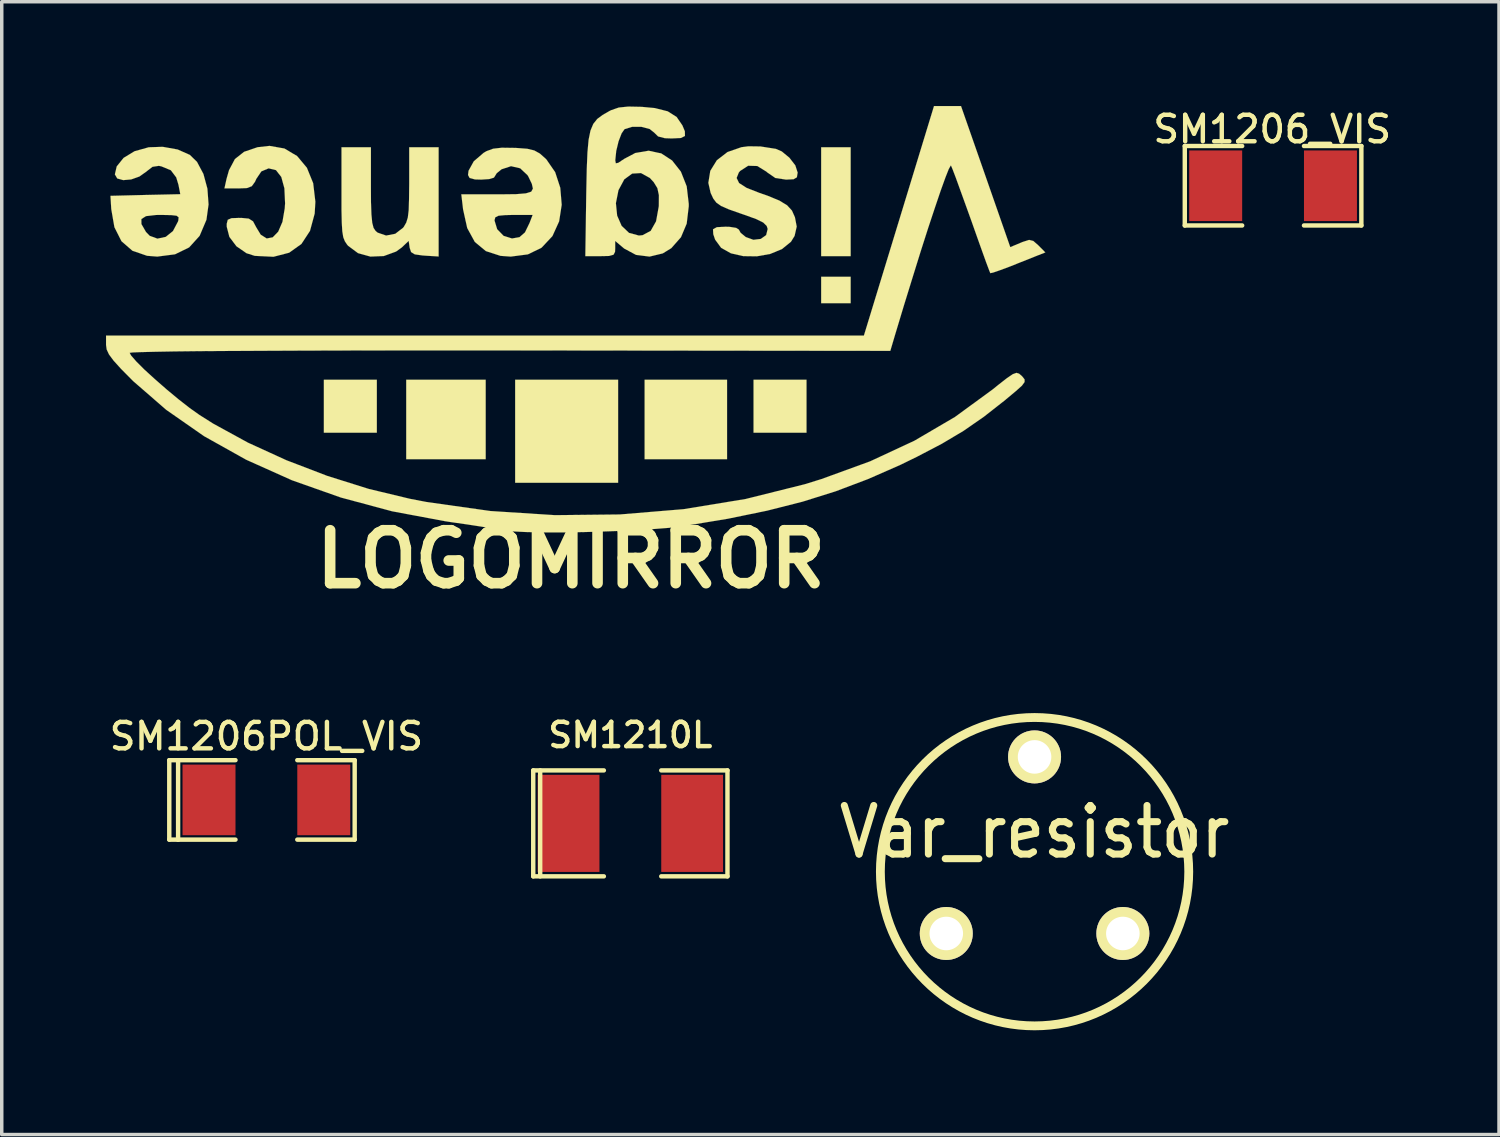
<source format=kicad_pcb>
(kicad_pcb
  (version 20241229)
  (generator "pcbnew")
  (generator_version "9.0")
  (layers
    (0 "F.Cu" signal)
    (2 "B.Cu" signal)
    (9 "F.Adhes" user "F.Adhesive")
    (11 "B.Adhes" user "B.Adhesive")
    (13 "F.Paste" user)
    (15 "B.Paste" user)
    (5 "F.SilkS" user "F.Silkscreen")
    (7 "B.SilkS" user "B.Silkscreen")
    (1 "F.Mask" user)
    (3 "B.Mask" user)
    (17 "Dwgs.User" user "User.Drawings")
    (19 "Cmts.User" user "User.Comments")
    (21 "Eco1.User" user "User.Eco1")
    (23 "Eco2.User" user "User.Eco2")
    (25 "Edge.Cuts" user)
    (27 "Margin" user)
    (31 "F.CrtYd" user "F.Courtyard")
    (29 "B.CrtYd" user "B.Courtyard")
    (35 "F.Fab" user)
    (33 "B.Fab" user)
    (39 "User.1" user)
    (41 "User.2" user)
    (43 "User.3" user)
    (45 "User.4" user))
  (footprint "LOGOMIRROR"
    (layer "F.Cu")
    (at 13.379 5.843)
    (property "Reference" "LOGOMIRROR" (at 0 7.196 0) (layer "F.SilkS") (effects (font (size 1.524 1.524) (thickness 0.305))))
    (attr through_hole)
    (fp_poly (pts (xy -5.588 2.032) (xy -6.35 2.032) (xy -7.112 2.032) (xy -7.112 2.794) (xy -7.112 3.556) (xy -6.35 3.556) (xy -5.588 3.556) (xy -5.588 2.794) (xy -5.588 2.032)) (stroke (width 0.003) (type solid)) (fill yes) (layer "F.SilkS"))
    (fp_poly (pts (xy -2.456 2.032) (xy -3.599 2.032) (xy -4.742 2.032) (xy -4.742 3.175) (xy -4.742 4.318) (xy -3.599 4.318) (xy -2.456 4.318) (xy -2.456 3.175) (xy -2.456 2.032)) (stroke (width 0.003) (type solid)) (fill yes) (layer "F.SilkS"))
    (fp_poly (pts (xy 1.354 2.032) (xy -0.127 2.032) (xy -1.608 2.032) (xy -1.608 3.513) (xy -1.608 4.996) (xy -0.127 4.996) (xy 1.354 4.996) (xy 1.354 3.513) (xy 1.354 2.032)) (stroke (width 0.003) (type solid)) (fill yes) (layer "F.SilkS"))
    (fp_poly (pts (xy 4.488 2.032) (xy 3.302 2.032) (xy 2.116 2.032) (xy 2.116 3.175) (xy 2.116 4.318) (xy 3.302 4.318) (xy 4.488 4.318) (xy 4.488 3.175) (xy 4.488 2.032)) (stroke (width 0.003) (type solid)) (fill yes) (layer "F.SilkS"))
    (fp_poly (pts (xy 6.774 2.032) (xy 6.012 2.032) (xy 5.25 2.032) (xy 5.25 2.794) (xy 5.25 3.556) (xy 6.012 3.556) (xy 6.774 3.556) (xy 6.774 2.794) (xy 6.774 2.032)) (stroke (width 0.003) (type solid)) (fill yes) (layer "F.SilkS"))
    (fp_poly (pts (xy 8.044 -4.656) (xy 7.62 -4.656) (xy 7.196 -4.656) (xy 7.196 -3.091) (xy 7.196 -1.524) (xy 7.62 -1.524) (xy 8.044 -1.524) (xy 8.044 -3.091) (xy 8.044 -4.656)) (stroke (width 0.003) (type solid)) (fill yes) (layer "F.SilkS"))
    (fp_poly (pts (xy 8.044 -0.932) (xy 7.62 -0.932) (xy 7.196 -0.932) (xy 7.196 -0.551) (xy 7.196 -0.17) (xy 7.62 -0.17) (xy 8.044 -0.17) (xy 8.044 -0.551) (xy 8.044 -0.932)) (stroke (width 0.003) (type solid)) (fill yes) (layer "F.SilkS"))
    (fp_poly (pts (xy -3.81 -4.656) (xy -4.234 -4.656) (xy -4.656 -4.656) (xy -4.656 -3.609) (xy -4.661 -3.16) (xy -4.671 -2.847) (xy -4.696 -2.634) (xy -4.742 -2.487) (xy -4.808 -2.372) (xy -4.834 -2.339) (xy -5.057 -2.167) (xy -5.321 -2.116) (xy -5.565 -2.2) (xy -5.624 -2.25) (xy -5.682 -2.337) (xy -5.72 -2.484) (xy -5.743 -2.72) (xy -5.756 -3.076) (xy -5.758 -3.52) (xy -5.758 -4.656) (xy -6.18 -4.656) (xy -6.604 -4.656) (xy -6.604 -3.348) (xy -6.604 -2.847) (xy -6.596 -2.487) (xy -6.581 -2.238) (xy -6.553 -2.068) (xy -6.507 -1.951) (xy -6.444 -1.857) (xy -6.413 -1.821) (xy -6.129 -1.61) (xy -5.771 -1.511) (xy -5.387 -1.527) (xy -5.034 -1.656) (xy -4.869 -1.775) (xy -4.671 -1.963) (xy -4.643 -1.765) (xy -4.602 -1.641) (xy -4.496 -1.575) (xy -4.277 -1.544) (xy -4.211 -1.539) (xy -3.81 -1.514) (xy -3.81 -3.086) (xy -3.81 -4.656)) (stroke (width 0.003) (type solid)) (fill yes) (layer "F.SilkS"))
    (fp_poly (pts (xy -7.356 -3.089) (xy -7.419 -3.622) (xy -7.6 -4.067) (xy -7.882 -4.404) (xy -8.245 -4.62) (xy -8.674 -4.696) (xy -9.017 -4.658) (xy -9.406 -4.526) (xy -9.67 -4.318) (xy -9.84 -3.998) (xy -9.911 -3.749) (xy -9.972 -3.472) (xy -9.573 -3.472) (xy -9.324 -3.482) (xy -9.185 -3.536) (xy -9.093 -3.663) (xy -9.055 -3.747) (xy -8.91 -3.962) (xy -8.71 -4.046) (xy -8.697 -4.049) (xy -8.489 -3.998) (xy -8.336 -3.802) (xy -8.247 -3.477) (xy -8.227 -3.043) (xy -8.237 -2.896) (xy -8.303 -2.51) (xy -8.425 -2.228) (xy -8.583 -2.065) (xy -8.755 -2.032) (xy -8.928 -2.141) (xy -9.055 -2.349) (xy -9.149 -2.525) (xy -9.271 -2.603) (xy -9.484 -2.624) (xy -9.54 -2.624) (xy -9.769 -2.616) (xy -9.876 -2.57) (xy -9.906 -2.454) (xy -9.906 -2.372) (xy -9.83 -2.078) (xy -9.627 -1.808) (xy -9.337 -1.608) (xy -9.098 -1.532) (xy -8.56 -1.506) (xy -8.11 -1.623) (xy -7.757 -1.875) (xy -7.511 -2.25) (xy -7.376 -2.748) (xy -7.356 -3.089)) (stroke (width 0.003) (type solid)) (fill yes) (layer "F.SilkS"))
    (fp_poly (pts (xy -10.429 -3.01) (xy -10.462 -3.465) (xy -10.577 -3.889) (xy -10.762 -4.237) (xy -10.968 -4.437) (xy -11.318 -4.592) (xy -11.748 -4.669) (xy -12.149 -4.656) (xy -12.558 -4.542) (xy -12.873 -4.351) (xy -13.071 -4.105) (xy -13.124 -3.876) (xy -13.056 -3.759) (xy -12.883 -3.711) (xy -12.654 -3.731) (xy -12.418 -3.815) (xy -12.235 -3.945) (xy -12.042 -4.094) (xy -11.859 -4.122) (xy -11.786 -4.107) (xy -11.514 -3.995) (xy -11.359 -3.79) (xy -11.295 -3.579) (xy -11.242 -3.307) (xy -11.29 -3.305) (xy -11.29 -2.642) (xy -11.298 -2.553) (xy -11.308 -2.52) (xy -11.453 -2.245) (xy -11.661 -2.078) (xy -11.9 -2.027) (xy -12.121 -2.108) (xy -12.23 -2.22) (xy -12.36 -2.446) (xy -12.362 -2.591) (xy -12.228 -2.675) (xy -11.943 -2.708) (xy -11.806 -2.71) (xy -11.509 -2.705) (xy -11.349 -2.687) (xy -11.29 -2.642) (xy -11.29 -3.305) (xy -12.245 -3.284) (xy -13.251 -3.259) (xy -13.228 -2.878) (xy -13.137 -2.355) (xy -12.934 -1.953) (xy -12.619 -1.679) (xy -12.197 -1.534) (xy -11.905 -1.511) (xy -11.394 -1.577) (xy -10.988 -1.775) (xy -10.686 -2.108) (xy -10.49 -2.57) (xy -10.429 -3.01)) (stroke (width 0.003) (type solid)) (fill yes) (layer "F.SilkS"))
    (fp_poly (pts (xy -0.269 -3) (xy -0.31 -3.49) (xy -0.457 -3.94) (xy -0.709 -4.305) (xy -0.726 -4.323) (xy -0.897 -4.475) (xy -1.057 -4.564) (xy -1.26 -4.613) (xy -1.565 -4.636) (xy -1.633 -4.638) (xy -1.991 -4.643) (xy -2.24 -4.615) (xy -2.433 -4.544) (xy -2.515 -4.496) (xy -2.799 -4.252) (xy -2.949 -3.98) (xy -2.964 -3.858) (xy -2.918 -3.772) (xy -2.764 -3.731) (xy -2.583 -3.726) (xy -2.355 -3.741) (xy -2.22 -3.782) (xy -2.202 -3.807) (xy -2.139 -3.909) (xy -1.999 -4.023) (xy -1.727 -4.112) (xy -1.463 -4.051) (xy -1.252 -3.853) (xy -1.224 -3.805) (xy -1.128 -3.604) (xy -1.097 -3.467) (xy -1.105 -3.452) (xy -1.105 -2.71) (xy -1.194 -2.479) (xy -1.326 -2.207) (xy -1.483 -2.07) (xy -1.699 -2.032) (xy -1.941 -2.108) (xy -2.126 -2.299) (xy -2.202 -2.55) (xy -2.202 -2.558) (xy -2.179 -2.642) (xy -2.085 -2.687) (xy -1.885 -2.705) (xy -1.654 -2.71) (xy -1.105 -2.71) (xy -1.105 -3.452) (xy -1.146 -3.378) (xy -1.3 -3.33) (xy -1.58 -3.307) (xy -2.002 -3.302) (xy -2.129 -3.302) (xy -3.157 -3.302) (xy -3.106 -2.868) (xy -2.987 -2.332) (xy -2.769 -1.933) (xy -2.451 -1.669) (xy -2.029 -1.532) (xy -1.735 -1.511) (xy -1.242 -1.575) (xy -0.851 -1.765) (xy -0.538 -2.098) (xy -0.533 -2.106) (xy -0.343 -2.525) (xy -0.269 -3)) (stroke (width 0.003) (type solid)) (fill yes) (layer "F.SilkS"))
    (fp_poly (pts (xy 6.52 -3.924) (xy 6.452 -4.135) (xy 6.281 -4.356) (xy 6.063 -4.536) (xy 5.893 -4.61) (xy 5.451 -4.679) (xy 5.103 -4.684) (xy 4.902 -4.658) (xy 4.501 -4.519) (xy 4.194 -4.282) (xy 4.006 -3.978) (xy 3.95 -3.632) (xy 4.016 -3.343) (xy 4.092 -3.18) (xy 4.181 -3.063) (xy 4.318 -2.967) (xy 4.539 -2.87) (xy 4.877 -2.751) (xy 4.996 -2.71) (xy 5.326 -2.591) (xy 5.527 -2.492) (xy 5.629 -2.393) (xy 5.657 -2.306) (xy 5.613 -2.129) (xy 5.458 -2.019) (xy 5.245 -1.994) (xy 5.027 -2.073) (xy 4.879 -2.195) (xy 4.826 -2.289) (xy 4.75 -2.337) (xy 4.559 -2.367) (xy 4.445 -2.37) (xy 4.194 -2.357) (xy 4.084 -2.296) (xy 4.092 -2.154) (xy 4.145 -1.999) (xy 4.318 -1.763) (xy 4.6 -1.605) (xy 4.956 -1.524) (xy 5.344 -1.519) (xy 5.728 -1.587) (xy 6.068 -1.727) (xy 6.327 -1.938) (xy 6.431 -2.106) (xy 6.492 -2.375) (xy 6.441 -2.642) (xy 6.355 -2.835) (xy 6.215 -2.987) (xy 5.994 -3.122) (xy 5.657 -3.261) (xy 5.428 -3.34) (xy 5.052 -3.487) (xy 4.834 -3.627) (xy 4.763 -3.772) (xy 4.826 -3.929) (xy 4.864 -3.975) (xy 5.095 -4.125) (xy 5.357 -4.117) (xy 5.621 -3.955) (xy 5.639 -3.937) (xy 5.878 -3.772) (xy 6.185 -3.726) (xy 6.401 -3.736) (xy 6.497 -3.792) (xy 6.518 -3.922) (xy 6.52 -3.924)) (stroke (width 0.003) (type solid)) (fill yes) (layer "F.SilkS"))
    (fp_poly (pts (xy 3.386 -3.028) (xy 3.327 -3.533) (xy 3.16 -3.955) (xy 2.908 -4.275) (xy 2.593 -4.481) (xy 2.527 -4.493) (xy 2.527 -3.279) (xy 2.525 -2.982) (xy 2.522 -2.944) (xy 2.446 -2.525) (xy 2.291 -2.25) (xy 2.055 -2.126) (xy 1.951 -2.116) (xy 1.669 -2.192) (xy 1.455 -2.395) (xy 1.326 -2.69) (xy 1.29 -3.048) (xy 1.364 -3.421) (xy 1.532 -3.734) (xy 1.758 -3.899) (xy 2.012 -3.914) (xy 2.268 -3.772) (xy 2.38 -3.65) (xy 2.484 -3.48) (xy 2.527 -3.279) (xy 2.527 -4.493) (xy 2.233 -4.557) (xy 1.847 -4.491) (xy 1.527 -4.321) (xy 1.359 -4.209) (xy 1.288 -4.194) (xy 1.273 -4.275) (xy 1.273 -4.29) (xy 1.3 -4.552) (xy 1.367 -4.829) (xy 1.455 -5.057) (xy 1.539 -5.177) (xy 1.758 -5.245) (xy 2.022 -5.245) (xy 2.261 -5.182) (xy 2.39 -5.08) (xy 2.504 -4.968) (xy 2.7 -4.917) (xy 2.898 -4.91) (xy 3.16 -4.923) (xy 3.277 -4.981) (xy 3.274 -5.116) (xy 3.203 -5.286) (xy 3.038 -5.527) (xy 2.781 -5.69) (xy 2.408 -5.784) (xy 2.032 -5.819) (xy 1.648 -5.827) (xy 1.374 -5.799) (xy 1.158 -5.725) (xy 1.107 -5.7) (xy 0.907 -5.585) (xy 0.754 -5.471) (xy 0.64 -5.329) (xy 0.559 -5.136) (xy 0.505 -4.872) (xy 0.472 -4.508) (xy 0.452 -4.028) (xy 0.439 -3.406) (xy 0.437 -3.294) (xy 0.411 -1.524) (xy 0.841 -1.524) (xy 1.092 -1.529) (xy 1.222 -1.565) (xy 1.265 -1.646) (xy 1.27 -1.742) (xy 1.27 -1.961) (xy 1.529 -1.742) (xy 1.869 -1.56) (xy 2.258 -1.511) (xy 2.639 -1.603) (xy 2.883 -1.753) (xy 3.162 -2.068) (xy 3.327 -2.459) (xy 3.386 -2.957) (xy 3.386 -3.028)) (stroke (width 0.003) (type solid)) (fill yes) (layer "F.SilkS"))
    (fp_poly (pts (xy 13.645 -1.631) (xy 13.444 -1.834) (xy 13.299 -1.961) (xy 13.178 -1.991) (xy 12.995 -1.933) (xy 12.939 -1.91) (xy 12.636 -1.783) (xy 11.928 -3.813) (xy 11.219 -5.842) (xy 10.831 -5.842) (xy 10.442 -5.842) (xy 9.434 -2.54) (xy 8.425 0.762) (xy -2.477 0.762) (xy -13.378 0.762) (xy -13.378 1.031) (xy -13.36 1.161) (xy -13.294 1.303) (xy -13.162 1.481) (xy -12.946 1.72) (xy -12.624 2.045) (xy -12.596 2.073) (xy -11.646 2.898) (xy -10.559 3.655) (xy -9.347 4.333) (xy -8.031 4.923) (xy -6.624 5.42) (xy -5.146 5.817) (xy -3.612 6.104) (xy -3.429 6.132) (xy -2.985 6.195) (xy -2.558 6.261) (xy -2.2 6.32) (xy -1.989 6.36) (xy -1.722 6.393) (xy -1.313 6.413) (xy -0.8 6.424) (xy -0.208 6.424) (xy 0.429 6.413) (xy 1.082 6.393) (xy 1.72 6.368) (xy 2.311 6.332) (xy 2.827 6.292) (xy 3.236 6.243) (xy 3.259 6.238) (xy 4.516 6.03) (xy 5.639 5.799) (xy 6.66 5.54) (xy 7.617 5.24) (xy 8.545 4.889) (xy 9.474 4.481) (xy 9.949 4.249) (xy 10.668 3.873) (xy 11.29 3.503) (xy 11.88 3.094) (xy 12.502 2.606) (xy 12.512 2.596) (xy 12.799 2.357) (xy 12.972 2.202) (xy 13.048 2.098) (xy 13.048 2.022) (xy 12.99 1.948) (xy 12.969 1.925) (xy 12.89 1.857) (xy 12.814 1.834) (xy 12.708 1.872) (xy 12.543 1.984) (xy 12.289 2.182) (xy 12.123 2.316) (xy 11.044 3.104) (xy 9.878 3.787) (xy 8.606 4.379) (xy 7.206 4.889) (xy 6.723 5.039) (xy 5.019 5.464) (xy 3.236 5.756) (xy 1.402 5.908) (xy -0.46 5.928) (xy -2.319 5.809) (xy -4.153 5.55) (xy -4.633 5.458) (xy -5.817 5.174) (xy -7.015 4.798) (xy -8.189 4.348) (xy -9.294 3.843) (xy -10.292 3.297) (xy -10.691 3.045) (xy -10.973 2.845) (xy -11.298 2.591) (xy -11.641 2.306) (xy -11.974 2.014) (xy -12.273 1.742) (xy -12.509 1.506) (xy -12.659 1.333) (xy -12.7 1.257) (xy -12.616 1.247) (xy -12.37 1.237) (xy -11.963 1.227) (xy -11.402 1.217) (xy -10.693 1.209) (xy -9.845 1.204) (xy -8.857 1.199) (xy -7.737 1.194) (xy -6.49 1.191) (xy -5.121 1.189) (xy -3.637 1.189) (xy -2.04 1.189) (xy -1.758 1.189) (xy 9.185 1.201) (xy 9.319 0.749) (xy 9.576 -0.104) (xy 9.825 -0.909) (xy 10.058 -1.659) (xy 10.274 -2.334) (xy 10.47 -2.924) (xy 10.635 -3.411) (xy 10.77 -3.785) (xy 10.866 -4.028) (xy 10.922 -4.128) (xy 10.932 -4.128) (xy 10.98 -4.013) (xy 11.074 -3.767) (xy 11.201 -3.416) (xy 11.356 -2.987) (xy 11.519 -2.535) (xy 11.684 -2.068) (xy 11.831 -1.656) (xy 11.948 -1.331) (xy 12.029 -1.115) (xy 12.062 -1.034) (xy 12.146 -1.052) (xy 12.352 -1.123) (xy 12.644 -1.232) (xy 12.865 -1.321) (xy 13.645 -1.631)) (stroke (width 0.003) (type solid)) (fill yes) (layer "F.SilkS")))
  (footprint "SM1206POL_VIS"
    (layer "F.Cu")
    (at 4.614 19.963)
    (property "Reference" "SM1206POL_VIS" (at 0 -1.829 0) (layer "F.SilkS") (effects (font (size 0.762 0.762) (thickness 0.127))))
    (attr smd)
    (fp_line (start -2.794 -1.143) (end -2.794 1.143) (stroke (width 0.127) (type solid)) (layer "F.SilkS"))
    (fp_line (start -2.794 1.143) (end -2.54 1.143) (stroke (width 0.127) (type solid)) (layer "F.SilkS"))
    (fp_line (start -2.54 -1.143) (end -2.794 -1.143) (stroke (width 0.127) (type solid)) (layer "F.SilkS"))
    (fp_line (start -2.54 -1.143) (end -2.54 1.143) (stroke (width 0.127) (type solid)) (layer "F.SilkS"))
    (fp_line (start -2.54 1.143) (end -0.889 1.143) (stroke (width 0.127) (type solid)) (layer "F.SilkS"))
    (fp_line (start -0.889 -1.143) (end -2.54 -1.143) (stroke (width 0.127) (type solid)) (layer "F.SilkS"))
    (fp_line (start 0.889 -1.143) (end 2.54 -1.143) (stroke (width 0.127) (type solid)) (layer "F.SilkS"))
    (fp_line (start 2.54 -1.143) (end 2.54 1.143) (stroke (width 0.127) (type solid)) (layer "F.SilkS"))
    (fp_line (start 2.54 1.143) (end 0.889 1.143) (stroke (width 0.127) (type solid)) (layer "F.SilkS"))
    (pad "1" smd rect (at -1.651 0) (size 1.524 2.032) (layers "F.Cu" "F.Mask" "F.Paste"))
    (pad "2" smd rect (at 1.651 0) (size 1.524 2.032) (layers "F.Cu" "F.Mask" "F.Paste")))
  (footprint "SM1206_VIS"
    (layer "F.Cu")
    (at 33.576 2.294)
    (property "Reference" "SM1206_VIS" (at -0.025 -1.626 0) (layer "F.SilkS") (effects (font (size 0.762 0.762) (thickness 0.127))))
    (attr smd)
    (fp_line (start -2.54 -1.143) (end -2.54 1.143) (stroke (width 0.127) (type solid)) (layer "F.SilkS"))
    (fp_line (start -2.54 1.143) (end -0.889 1.143) (stroke (width 0.127) (type solid)) (layer "F.SilkS"))
    (fp_line (start -0.889 -1.143) (end -2.54 -1.143) (stroke (width 0.127) (type solid)) (layer "F.SilkS"))
    (fp_line (start 0.889 -1.143) (end 2.54 -1.143) (stroke (width 0.127) (type solid)) (layer "F.SilkS"))
    (fp_line (start 2.54 -1.143) (end 2.54 1.143) (stroke (width 0.127) (type solid)) (layer "F.SilkS"))
    (fp_line (start 2.54 1.143) (end 0.889 1.143) (stroke (width 0.127) (type solid)) (layer "F.SilkS"))
    (pad "1" smd rect (at -1.651 0) (size 1.524 2.032) (layers "F.Cu" "F.Mask" "F.Paste"))
    (pad "2" smd rect (at 1.651 0) (size 1.524 2.032) (layers "F.Cu" "F.Mask" "F.Paste")))
  (footprint "Var_resistor"
    (layer "F.Cu")
    (at 26.714 21.266)
    (property "Reference" "Var_resistor" (at 0 -0.381 0) (layer "F.SilkS") (effects (font (size 1.397 1.27) (thickness 0.203))))
    (attr through_hole)
    (fp_circle (center 0 0.762) (end 4.318 1.778) (stroke (width 0.254) (type solid)) (fill no) (layer "F.SilkS"))
    (pad "1" thru_hole circle (at -2.54 2.54) (size 1.524 1.524) (drill 0.965) (layers "*.Cu" "*.Mask" "F.SilkS"))
    (pad "2" thru_hole circle (at 0 -2.54) (size 1.524 1.524) (drill 0.965) (layers "*.Cu" "*.Mask" "F.SilkS"))
    (pad "3" thru_hole circle (at 2.54 2.54) (size 1.524 1.524) (drill 0.965) (layers "*.Cu" "*.Mask" "F.SilkS")))
  (footprint "SM1210L"
    (layer "F.Cu")
    (at 15.085 20.638)
    (property "Reference" "SM1210L" (at 0 -2.54 0) (layer "F.SilkS") (effects (font (size 0.7 0.7) (thickness 0.127))))
    (attr smd)
    (fp_line (start -2.794 -1.524) (end -2.794 1.524) (stroke (width 0.127) (type solid)) (layer "F.SilkS"))
    (fp_line (start -2.794 1.524) (end -0.762 1.524) (stroke (width 0.127) (type solid)) (layer "F.SilkS"))
    (fp_line (start -2.594 -1.524) (end -2.594 1.524) (stroke (width 0.127) (type solid)) (layer "F.SilkS"))
    (fp_line (start -0.762 -1.524) (end -2.794 -1.524) (stroke (width 0.127) (type solid)) (layer "F.SilkS"))
    (fp_line (start 0.889 1.524) (end 2.794 1.524) (stroke (width 0.127) (type solid)) (layer "F.SilkS"))
    (fp_line (start 2.794 -1.524) (end 0.889 -1.524) (stroke (width 0.127) (type solid)) (layer "F.SilkS"))
    (fp_line (start 2.794 1.524) (end 2.794 -1.524) (stroke (width 0.127) (type solid)) (layer "F.SilkS"))
    (pad "1" smd rect (at -1.778 0) (size 1.778 2.794) (layers "F.Cu" "F.Mask" "F.Paste"))
    (pad "2" smd rect (at 1.778 0) (size 1.778 2.794) (layers "F.Cu" "F.Mask" "F.Paste")))
  (gr_rect
    (start -3 -3)
    (end 40.076 29.591)
    (stroke (width 0.1) (type default))
    (fill no)
    (layer "Edge.Cuts")))
</source>
